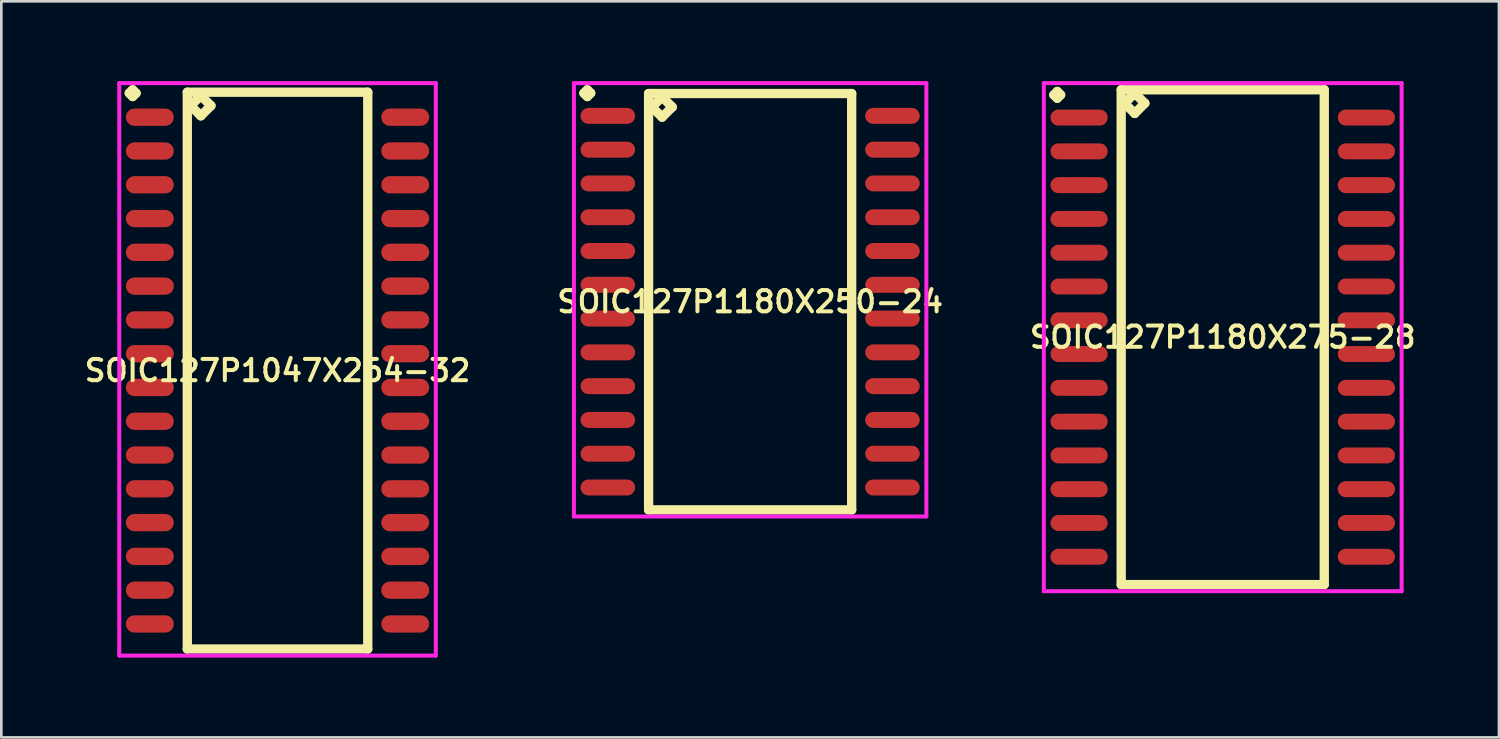
<source format=kicad_pcb>
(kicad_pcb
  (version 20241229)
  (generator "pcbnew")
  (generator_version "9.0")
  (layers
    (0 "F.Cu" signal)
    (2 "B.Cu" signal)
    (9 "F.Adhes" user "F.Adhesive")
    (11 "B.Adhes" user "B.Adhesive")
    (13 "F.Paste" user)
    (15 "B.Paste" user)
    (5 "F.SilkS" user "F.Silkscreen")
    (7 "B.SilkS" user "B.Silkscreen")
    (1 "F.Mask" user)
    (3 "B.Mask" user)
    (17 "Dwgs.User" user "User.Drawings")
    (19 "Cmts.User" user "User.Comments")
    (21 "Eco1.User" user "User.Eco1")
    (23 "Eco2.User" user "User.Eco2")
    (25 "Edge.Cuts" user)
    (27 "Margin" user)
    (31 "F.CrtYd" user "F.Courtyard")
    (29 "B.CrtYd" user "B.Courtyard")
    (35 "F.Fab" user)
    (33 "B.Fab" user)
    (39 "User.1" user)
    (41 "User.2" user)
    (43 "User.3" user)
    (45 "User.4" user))
  (footprint "SOIC127P1047X264-32"
    (layer "F.Cu")
    (at 7.383 10.881)
    (property "Reference" "SOIC127P1047X264-32" (at 0 0 0) (layer "F.SilkS") (effects (font (size 0.8 0.8) (thickness 0.15))))
    (attr smd)
    (fp_line (start -5.573 -10.429) (end -5.446 -10.556) (stroke (width 0.35) (type solid)) (layer "F.SilkS"))
    (fp_line (start -5.446 -10.556) (end -5.319 -10.429) (stroke (width 0.35) (type solid)) (layer "F.SilkS"))
    (fp_line (start -5.446 -10.302) (end -5.573 -10.429) (stroke (width 0.35) (type solid)) (layer "F.SilkS"))
    (fp_line (start -5.319 -10.429) (end -5.446 -10.302) (stroke (width 0.35) (type solid)) (layer "F.SilkS"))
    (fp_line (start -3.392 -10.465) (end -3.392 10.465) (stroke (width 0.35) (type solid)) (layer "F.SilkS"))
    (fp_line (start -3.392 10.465) (end 3.392 10.465) (stroke (width 0.35) (type solid)) (layer "F.SilkS"))
    (fp_line (start -3.265 -9.957) (end -2.884 -10.338) (stroke (width 0.35) (type solid)) (layer "F.SilkS"))
    (fp_line (start -2.884 -10.338) (end -2.503 -9.957) (stroke (width 0.35) (type solid)) (layer "F.SilkS"))
    (fp_line (start -2.884 -9.576) (end -3.265 -9.957) (stroke (width 0.35) (type solid)) (layer "F.SilkS"))
    (fp_line (start -2.503 -9.957) (end -2.884 -9.576) (stroke (width 0.35) (type solid)) (layer "F.SilkS"))
    (fp_line (start 3.392 -10.465) (end -3.392 -10.465) (stroke (width 0.35) (type solid)) (layer "F.SilkS"))
    (fp_line (start 3.392 10.465) (end 3.392 -10.465) (stroke (width 0.35) (type solid)) (layer "F.SilkS"))
    (fp_line (start -5.95 -10.806) (end 5.95 -10.806) (stroke (width 0.15) (type solid)) (layer "F.CrtYd"))
    (fp_line (start -5.95 10.715) (end -5.95 -10.806) (stroke (width 0.15) (type solid)) (layer "F.CrtYd"))
    (fp_line (start 5.95 -10.806) (end 5.95 10.715) (stroke (width 0.15) (type solid)) (layer "F.CrtYd"))
    (fp_line (start 5.95 10.715) (end -5.95 10.715) (stroke (width 0.15) (type solid)) (layer "F.CrtYd"))
    (pad "1" smd oval (at -4.8 -9.525) (size 1.8 0.65) (layers "F.Cu" "F.Mask" "F.Paste"))
    (pad "2" smd oval (at -4.8 -8.255) (size 1.8 0.65) (layers "F.Cu" "F.Mask" "F.Paste"))
    (pad "3" smd oval (at -4.8 -6.985) (size 1.8 0.65) (layers "F.Cu" "F.Mask" "F.Paste"))
    (pad "4" smd oval (at -4.8 -5.715) (size 1.8 0.65) (layers "F.Cu" "F.Mask" "F.Paste"))
    (pad "5" smd oval (at -4.8 -4.445) (size 1.8 0.65) (layers "F.Cu" "F.Mask" "F.Paste"))
    (pad "6" smd oval (at -4.8 -3.175) (size 1.8 0.65) (layers "F.Cu" "F.Mask" "F.Paste"))
    (pad "7" smd oval (at -4.8 -1.905) (size 1.8 0.65) (layers "F.Cu" "F.Mask" "F.Paste"))
    (pad "8" smd oval (at -4.8 -0.635) (size 1.8 0.65) (layers "F.Cu" "F.Mask" "F.Paste"))
    (pad "9" smd oval (at -4.8 0.635) (size 1.8 0.65) (layers "F.Cu" "F.Mask" "F.Paste"))
    (pad "10" smd oval (at -4.8 1.905) (size 1.8 0.65) (layers "F.Cu" "F.Mask" "F.Paste"))
    (pad "11" smd oval (at -4.8 3.175) (size 1.8 0.65) (layers "F.Cu" "F.Mask" "F.Paste"))
    (pad "12" smd oval (at -4.8 4.445) (size 1.8 0.65) (layers "F.Cu" "F.Mask" "F.Paste"))
    (pad "13" smd oval (at -4.8 5.715) (size 1.8 0.65) (layers "F.Cu" "F.Mask" "F.Paste"))
    (pad "14" smd oval (at -4.8 6.985) (size 1.8 0.65) (layers "F.Cu" "F.Mask" "F.Paste"))
    (pad "15" smd oval (at -4.8 8.255) (size 1.8 0.65) (layers "F.Cu" "F.Mask" "F.Paste"))
    (pad "16" smd oval (at -4.8 9.525) (size 1.8 0.65) (layers "F.Cu" "F.Mask" "F.Paste"))
    (pad "17" smd oval (at 4.8 9.525) (size 1.8 0.65) (layers "F.Cu" "F.Mask" "F.Paste"))
    (pad "18" smd oval (at 4.8 8.255) (size 1.8 0.65) (layers "F.Cu" "F.Mask" "F.Paste"))
    (pad "19" smd oval (at 4.8 6.985) (size 1.8 0.65) (layers "F.Cu" "F.Mask" "F.Paste"))
    (pad "20" smd oval (at 4.8 5.715) (size 1.8 0.65) (layers "F.Cu" "F.Mask" "F.Paste"))
    (pad "21" smd oval (at 4.8 4.445) (size 1.8 0.65) (layers "F.Cu" "F.Mask" "F.Paste"))
    (pad "22" smd oval (at 4.8 3.175) (size 1.8 0.65) (layers "F.Cu" "F.Mask" "F.Paste"))
    (pad "23" smd oval (at 4.8 1.905) (size 1.8 0.65) (layers "F.Cu" "F.Mask" "F.Paste"))
    (pad "24" smd oval (at 4.8 0.635) (size 1.8 0.65) (layers "F.Cu" "F.Mask" "F.Paste"))
    (pad "25" smd oval (at 4.8 -0.635) (size 1.8 0.65) (layers "F.Cu" "F.Mask" "F.Paste"))
    (pad "26" smd oval (at 4.8 -1.905) (size 1.8 0.65) (layers "F.Cu" "F.Mask" "F.Paste"))
    (pad "27" smd oval (at 4.8 -3.175) (size 1.8 0.65) (layers "F.Cu" "F.Mask" "F.Paste"))
    (pad "28" smd oval (at 4.8 -4.445) (size 1.8 0.65) (layers "F.Cu" "F.Mask" "F.Paste"))
    (pad "29" smd oval (at 4.8 -5.715) (size 1.8 0.65) (layers "F.Cu" "F.Mask" "F.Paste"))
    (pad "30" smd oval (at 4.8 -6.985) (size 1.8 0.65) (layers "F.Cu" "F.Mask" "F.Paste"))
    (pad "31" smd oval (at 4.8 -8.255) (size 1.8 0.65) (layers "F.Cu" "F.Mask" "F.Paste"))
    (pad "32" smd oval (at 4.8 -9.525) (size 1.8 0.65) (layers "F.Cu" "F.Mask" "F.Paste")))
  (footprint "SOIC127P1180X275-28"
    (layer "F.Cu")
    (at 42.915 9.625)
    (property "Reference" "SOIC127P1180X275-28" (at 0 0 0) (layer "F.SilkS") (effects (font (size 0.8 0.8) (thickness 0.15))))
    (attr through_hole)
    (fp_line (start -6.348 -9.109) (end -6.221 -9.236) (stroke (width 0.35) (type solid)) (layer "F.SilkS"))
    (fp_line (start -6.221 -9.236) (end -6.094 -9.109) (stroke (width 0.35) (type solid)) (layer "F.SilkS"))
    (fp_line (start -6.221 -8.982) (end -6.348 -9.109) (stroke (width 0.35) (type solid)) (layer "F.SilkS"))
    (fp_line (start -6.094 -9.109) (end -6.221 -8.982) (stroke (width 0.35) (type solid)) (layer "F.SilkS"))
    (fp_line (start -3.817 -9.3) (end -3.817 9.3) (stroke (width 0.35) (type solid)) (layer "F.SilkS"))
    (fp_line (start -3.817 9.3) (end 3.817 9.3) (stroke (width 0.35) (type solid)) (layer "F.SilkS"))
    (fp_line (start -3.69 -8.792) (end -3.309 -9.173) (stroke (width 0.35) (type solid)) (layer "F.SilkS"))
    (fp_line (start -3.309 -9.173) (end -2.928 -8.792) (stroke (width 0.35) (type solid)) (layer "F.SilkS"))
    (fp_line (start -3.309 -8.411) (end -3.69 -8.792) (stroke (width 0.35) (type solid)) (layer "F.SilkS"))
    (fp_line (start -2.928 -8.792) (end -3.309 -8.411) (stroke (width 0.35) (type solid)) (layer "F.SilkS"))
    (fp_line (start 3.817 -9.3) (end -3.817 -9.3) (stroke (width 0.35) (type solid)) (layer "F.SilkS"))
    (fp_line (start 3.817 9.3) (end 3.817 -9.3) (stroke (width 0.35) (type solid)) (layer "F.SilkS"))
    (fp_line (start -6.725 -9.55) (end 6.725 -9.55) (stroke (width 0.15) (type solid)) (layer "F.CrtYd"))
    (fp_line (start -6.725 9.55) (end -6.725 -9.55) (stroke (width 0.15) (type solid)) (layer "F.CrtYd"))
    (fp_line (start 6.725 -9.55) (end 6.725 9.55) (stroke (width 0.15) (type solid)) (layer "F.CrtYd"))
    (fp_line (start 6.725 9.55) (end -6.725 9.55) (stroke (width 0.15) (type solid)) (layer "F.CrtYd"))
    (pad "1" smd oval (at -5.4 -8.255) (size 2.15 0.6) (layers "F.Cu" "F.Mask" "F.Paste"))
    (pad "2" smd oval (at -5.4 -6.985) (size 2.15 0.6) (layers "F.Cu" "F.Mask" "F.Paste"))
    (pad "3" smd oval (at -5.4 -5.715) (size 2.15 0.6) (layers "F.Cu" "F.Mask" "F.Paste"))
    (pad "4" smd oval (at -5.4 -4.445) (size 2.15 0.6) (layers "F.Cu" "F.Mask" "F.Paste"))
    (pad "5" smd oval (at -5.4 -3.175) (size 2.15 0.6) (layers "F.Cu" "F.Mask" "F.Paste"))
    (pad "6" smd oval (at -5.4 -1.905) (size 2.15 0.6) (layers "F.Cu" "F.Mask" "F.Paste"))
    (pad "7" smd oval (at -5.4 -0.635) (size 2.15 0.6) (layers "F.Cu" "F.Mask" "F.Paste"))
    (pad "8" smd oval (at -5.4 0.635) (size 2.15 0.6) (layers "F.Cu" "F.Mask" "F.Paste"))
    (pad "9" smd oval (at -5.4 1.905) (size 2.15 0.6) (layers "F.Cu" "F.Mask" "F.Paste"))
    (pad "10" smd oval (at -5.4 3.175) (size 2.15 0.6) (layers "F.Cu" "F.Mask" "F.Paste"))
    (pad "11" smd oval (at -5.4 4.445) (size 2.15 0.6) (layers "F.Cu" "F.Mask" "F.Paste"))
    (pad "12" smd oval (at -5.4 5.715) (size 2.15 0.6) (layers "F.Cu" "F.Mask" "F.Paste"))
    (pad "13" smd oval (at -5.4 6.985) (size 2.15 0.6) (layers "F.Cu" "F.Mask" "F.Paste"))
    (pad "14" smd oval (at -5.4 8.255) (size 2.15 0.6) (layers "F.Cu" "F.Mask" "F.Paste"))
    (pad "15" smd oval (at 5.4 8.255) (size 2.15 0.6) (layers "F.Cu" "F.Mask" "F.Paste"))
    (pad "16" smd oval (at 5.4 6.985) (size 2.15 0.6) (layers "F.Cu" "F.Mask" "F.Paste"))
    (pad "17" smd oval (at 5.4 5.715) (size 2.15 0.6) (layers "F.Cu" "F.Mask" "F.Paste"))
    (pad "18" smd oval (at 5.4 4.445) (size 2.15 0.6) (layers "F.Cu" "F.Mask" "F.Paste"))
    (pad "19" smd oval (at 5.4 3.175) (size 2.15 0.6) (layers "F.Cu" "F.Mask" "F.Paste"))
    (pad "20" smd oval (at 5.4 1.905) (size 2.15 0.6) (layers "F.Cu" "F.Mask" "F.Paste"))
    (pad "21" smd oval (at 5.4 0.635) (size 2.15 0.6) (layers "F.Cu" "F.Mask" "F.Paste"))
    (pad "22" smd oval (at 5.4 -0.635) (size 2.15 0.6) (layers "F.Cu" "F.Mask" "F.Paste"))
    (pad "23" smd oval (at 5.4 -1.905) (size 2.15 0.6) (layers "F.Cu" "F.Mask" "F.Paste"))
    (pad "24" smd oval (at 5.4 -3.175) (size 2.15 0.6) (layers "F.Cu" "F.Mask" "F.Paste"))
    (pad "25" smd oval (at 5.4 -4.445) (size 2.15 0.6) (layers "F.Cu" "F.Mask" "F.Paste"))
    (pad "26" smd oval (at 5.4 -5.715) (size 2.15 0.6) (layers "F.Cu" "F.Mask" "F.Paste"))
    (pad "27" smd oval (at 5.4 -6.985) (size 2.15 0.6) (layers "F.Cu" "F.Mask" "F.Paste"))
    (pad "28" smd oval (at 5.4 -8.255) (size 2.15 0.6) (layers "F.Cu" "F.Mask" "F.Paste")))
  (footprint "SOIC127P1180X250-24"
    (layer "F.Cu")
    (at 25.149 8.291)
    (property "Reference" "SOIC127P1180X250-24" (at 0 0 0) (layer "F.SilkS") (effects (font (size 0.8 0.8) (thickness 0.15))))
    (attr through_hole)
    (fp_line (start -6.248 -7.839) (end -6.121 -7.966) (stroke (width 0.35) (type solid)) (layer "F.SilkS"))
    (fp_line (start -6.121 -7.966) (end -5.994 -7.839) (stroke (width 0.35) (type solid)) (layer "F.SilkS"))
    (fp_line (start -6.121 -7.712) (end -6.248 -7.839) (stroke (width 0.35) (type solid)) (layer "F.SilkS"))
    (fp_line (start -5.994 -7.839) (end -6.121 -7.712) (stroke (width 0.35) (type solid)) (layer "F.SilkS"))
    (fp_line (start -3.817 -7.825) (end -3.817 7.825) (stroke (width 0.35) (type solid)) (layer "F.SilkS"))
    (fp_line (start -3.817 7.825) (end 3.817 7.825) (stroke (width 0.35) (type solid)) (layer "F.SilkS"))
    (fp_line (start -3.69 -7.317) (end -3.309 -7.698) (stroke (width 0.35) (type solid)) (layer "F.SilkS"))
    (fp_line (start -3.309 -7.698) (end -2.928 -7.317) (stroke (width 0.35) (type solid)) (layer "F.SilkS"))
    (fp_line (start -3.309 -6.936) (end -3.69 -7.317) (stroke (width 0.35) (type solid)) (layer "F.SilkS"))
    (fp_line (start -2.928 -7.317) (end -3.309 -6.936) (stroke (width 0.35) (type solid)) (layer "F.SilkS"))
    (fp_line (start 3.817 -7.825) (end -3.817 -7.825) (stroke (width 0.35) (type solid)) (layer "F.SilkS"))
    (fp_line (start 3.817 7.825) (end 3.817 -7.825) (stroke (width 0.35) (type solid)) (layer "F.SilkS"))
    (fp_line (start -6.625 -8.216) (end 6.625 -8.216) (stroke (width 0.15) (type solid)) (layer "F.CrtYd"))
    (fp_line (start -6.625 8.075) (end -6.625 -8.216) (stroke (width 0.15) (type solid)) (layer "F.CrtYd"))
    (fp_line (start 6.625 -8.216) (end 6.625 8.075) (stroke (width 0.15) (type solid)) (layer "F.CrtYd"))
    (fp_line (start 6.625 8.075) (end -6.625 8.075) (stroke (width 0.15) (type solid)) (layer "F.CrtYd"))
    (pad "1" smd oval (at -5.35 -6.985) (size 2.05 0.6) (layers "F.Cu" "F.Mask" "F.Paste"))
    (pad "2" smd oval (at -5.35 -5.715) (size 2.05 0.6) (layers "F.Cu" "F.Mask" "F.Paste"))
    (pad "3" smd oval (at -5.35 -4.445) (size 2.05 0.6) (layers "F.Cu" "F.Mask" "F.Paste"))
    (pad "4" smd oval (at -5.35 -3.175) (size 2.05 0.6) (layers "F.Cu" "F.Mask" "F.Paste"))
    (pad "5" smd oval (at -5.35 -1.905) (size 2.05 0.6) (layers "F.Cu" "F.Mask" "F.Paste"))
    (pad "6" smd oval (at -5.35 -0.635) (size 2.05 0.6) (layers "F.Cu" "F.Mask" "F.Paste"))
    (pad "7" smd oval (at -5.35 0.635) (size 2.05 0.6) (layers "F.Cu" "F.Mask" "F.Paste"))
    (pad "8" smd oval (at -5.35 1.905) (size 2.05 0.6) (layers "F.Cu" "F.Mask" "F.Paste"))
    (pad "9" smd oval (at -5.35 3.175) (size 2.05 0.6) (layers "F.Cu" "F.Mask" "F.Paste"))
    (pad "10" smd oval (at -5.35 4.445) (size 2.05 0.6) (layers "F.Cu" "F.Mask" "F.Paste"))
    (pad "11" smd oval (at -5.35 5.715) (size 2.05 0.6) (layers "F.Cu" "F.Mask" "F.Paste"))
    (pad "12" smd oval (at -5.35 6.985) (size 2.05 0.6) (layers "F.Cu" "F.Mask" "F.Paste"))
    (pad "13" smd oval (at 5.35 6.985) (size 2.05 0.6) (layers "F.Cu" "F.Mask" "F.Paste"))
    (pad "14" smd oval (at 5.35 5.715) (size 2.05 0.6) (layers "F.Cu" "F.Mask" "F.Paste"))
    (pad "15" smd oval (at 5.35 4.445) (size 2.05 0.6) (layers "F.Cu" "F.Mask" "F.Paste"))
    (pad "16" smd oval (at 5.35 3.175) (size 2.05 0.6) (layers "F.Cu" "F.Mask" "F.Paste"))
    (pad "17" smd oval (at 5.35 1.905) (size 2.05 0.6) (layers "F.Cu" "F.Mask" "F.Paste"))
    (pad "18" smd oval (at 5.35 0.635) (size 2.05 0.6) (layers "F.Cu" "F.Mask" "F.Paste"))
    (pad "19" smd oval (at 5.35 -0.635) (size 2.05 0.6) (layers "F.Cu" "F.Mask" "F.Paste"))
    (pad "20" smd oval (at 5.35 -1.905) (size 2.05 0.6) (layers "F.Cu" "F.Mask" "F.Paste"))
    (pad "21" smd oval (at 5.35 -3.175) (size 2.05 0.6) (layers "F.Cu" "F.Mask" "F.Paste"))
    (pad "22" smd oval (at 5.35 -4.445) (size 2.05 0.6) (layers "F.Cu" "F.Mask" "F.Paste"))
    (pad "23" smd oval (at 5.35 -5.715) (size 2.05 0.6) (layers "F.Cu" "F.Mask" "F.Paste"))
    (pad "24" smd oval (at 5.35 -6.985) (size 2.05 0.6) (layers "F.Cu" "F.Mask" "F.Paste")))
  (gr_rect
    (start -3 -3)
    (end 53.299 24.671)
    (stroke (width 0.1) (type default))
    (fill no)
    (layer "Edge.Cuts")))
</source>
